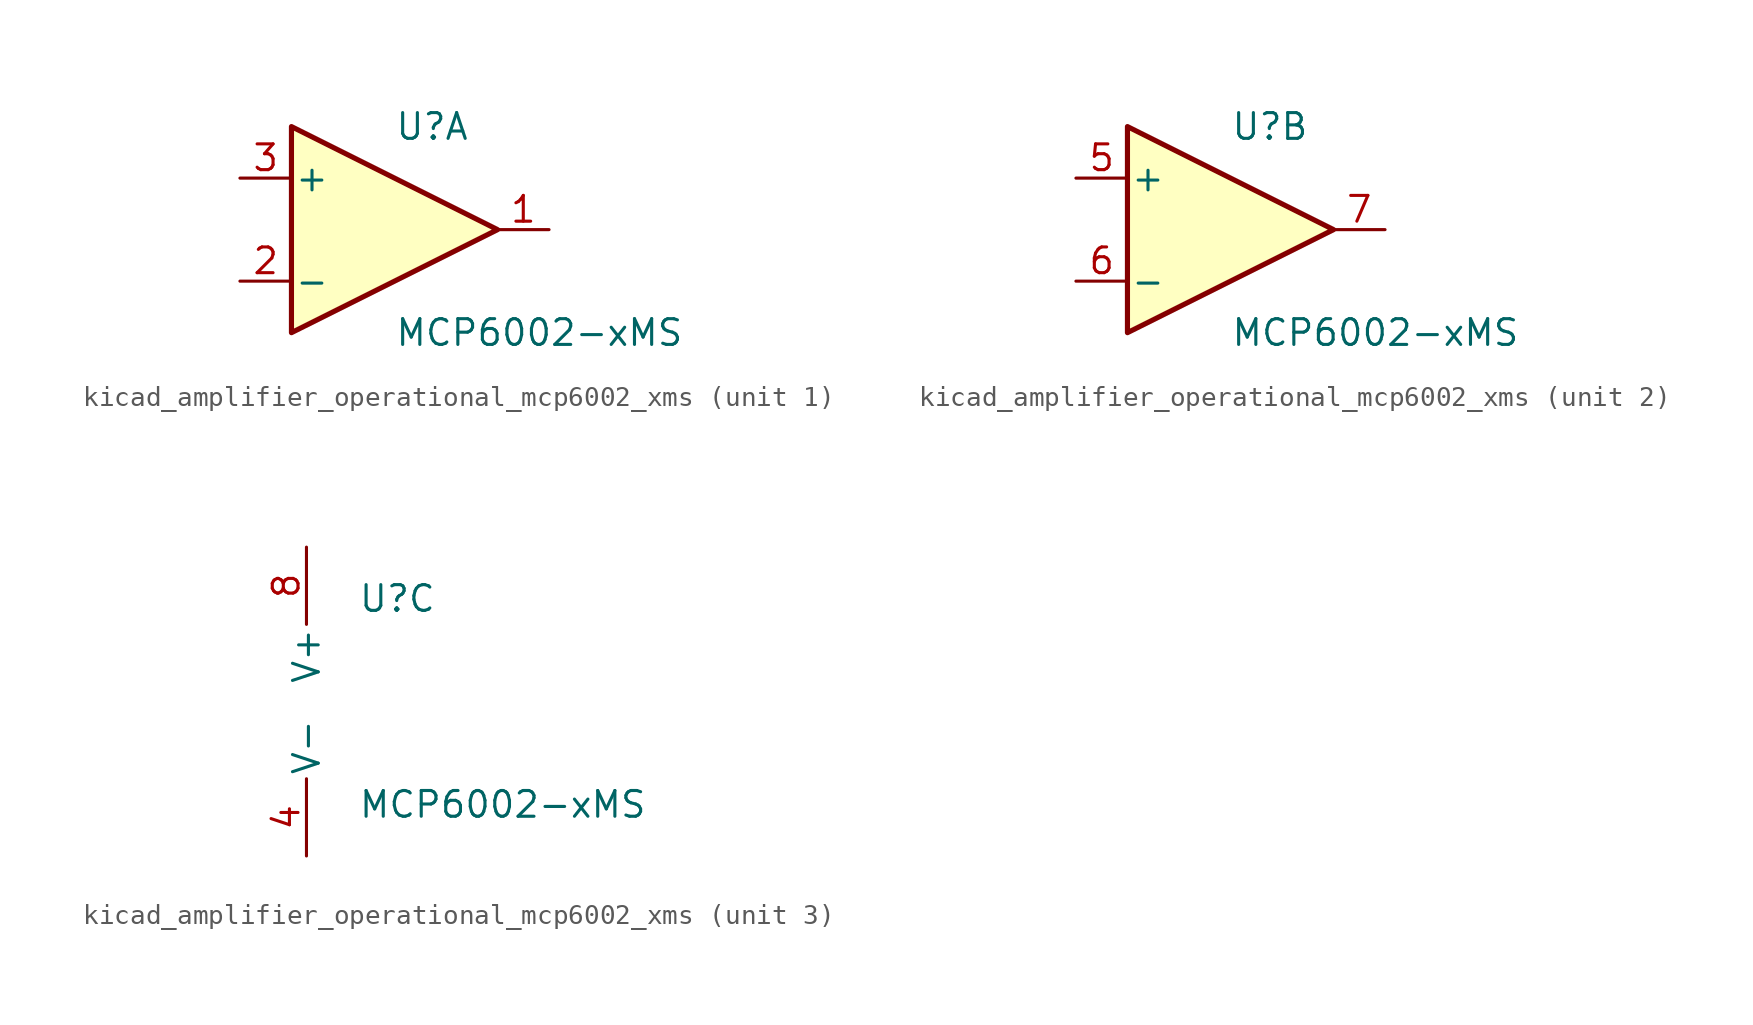
<source format=kicad_sym>
(kicad_symbol_lib
  (version 20220914)
  (generator kicad_symbol_editor)
  (symbol "kicad_amplifier_operational_mcp6002_xms"
    (pin_names
      (offset 0.127))
    (property "Reference" "U"
      (at 0 5.08 0)
      (effects (font (size 1.27 1.27)) (justify left)))
    (property "Value" "MCP6002-xMS"
      (at 0 -5.08 0)
      (effects (font (size 1.27 1.27)) (justify left)))
    (property "ki_locked" ""
      (at 0 0 0)
      (effects (font (size 1.27 1.27))))
    (symbol "kicad_amplifier_operational_mcp6002_xms_1_1"
      (polyline (pts (xy -5.08 5.08) (xy 5.08 0) (xy -5.08 -5.08) (xy -5.08 5.08)) (stroke (width 0.254) (type default)) (fill (type background)))
      (pin output line (at 7.62 0 180) (length 2.54) (name "~" (effects (font (size 1.27 1.27)))) (number "1" (effects (font (size 1.27 1.27)))))
      (pin input line (at -7.62 -2.54 0) (length 2.54) (name "-" (effects (font (size 1.27 1.27)))) (number "2" (effects (font (size 1.27 1.27)))))
      (pin input line (at -7.62 2.54 0) (length 2.54) (name "+" (effects (font (size 1.27 1.27)))) (number "3" (effects (font (size 1.27 1.27))))))
    (symbol "kicad_amplifier_operational_mcp6002_xms_2_1"
      (polyline (pts (xy -5.08 5.08) (xy 5.08 0) (xy -5.08 -5.08) (xy -5.08 5.08)) (stroke (width 0.254) (type default)) (fill (type background)))
      (pin input line (at -7.62 2.54 0) (length 2.54) (name "+" (effects (font (size 1.27 1.27)))) (number "5" (effects (font (size 1.27 1.27)))))
      (pin input line (at -7.62 -2.54 0) (length 2.54) (name "-" (effects (font (size 1.27 1.27)))) (number "6" (effects (font (size 1.27 1.27)))))
      (pin output line (at 7.62 0 180) (length 2.54) (name "~" (effects (font (size 1.27 1.27)))) (number "7" (effects (font (size 1.27 1.27))))))
    (symbol "kicad_amplifier_operational_mcp6002_xms_3_1"
      (pin power_in line (at -2.54 -7.62 90) (length 3.81) (name "V-" (effects (font (size 1.27 1.27)))) (number "4" (effects (font (size 1.27 1.27)))))
      (pin power_in line (at -2.54 7.62 270) (length 3.81) (name "V+" (effects (font (size 1.27 1.27)))) (number "8" (effects (font (size 1.27 1.27))))))))
</source>
